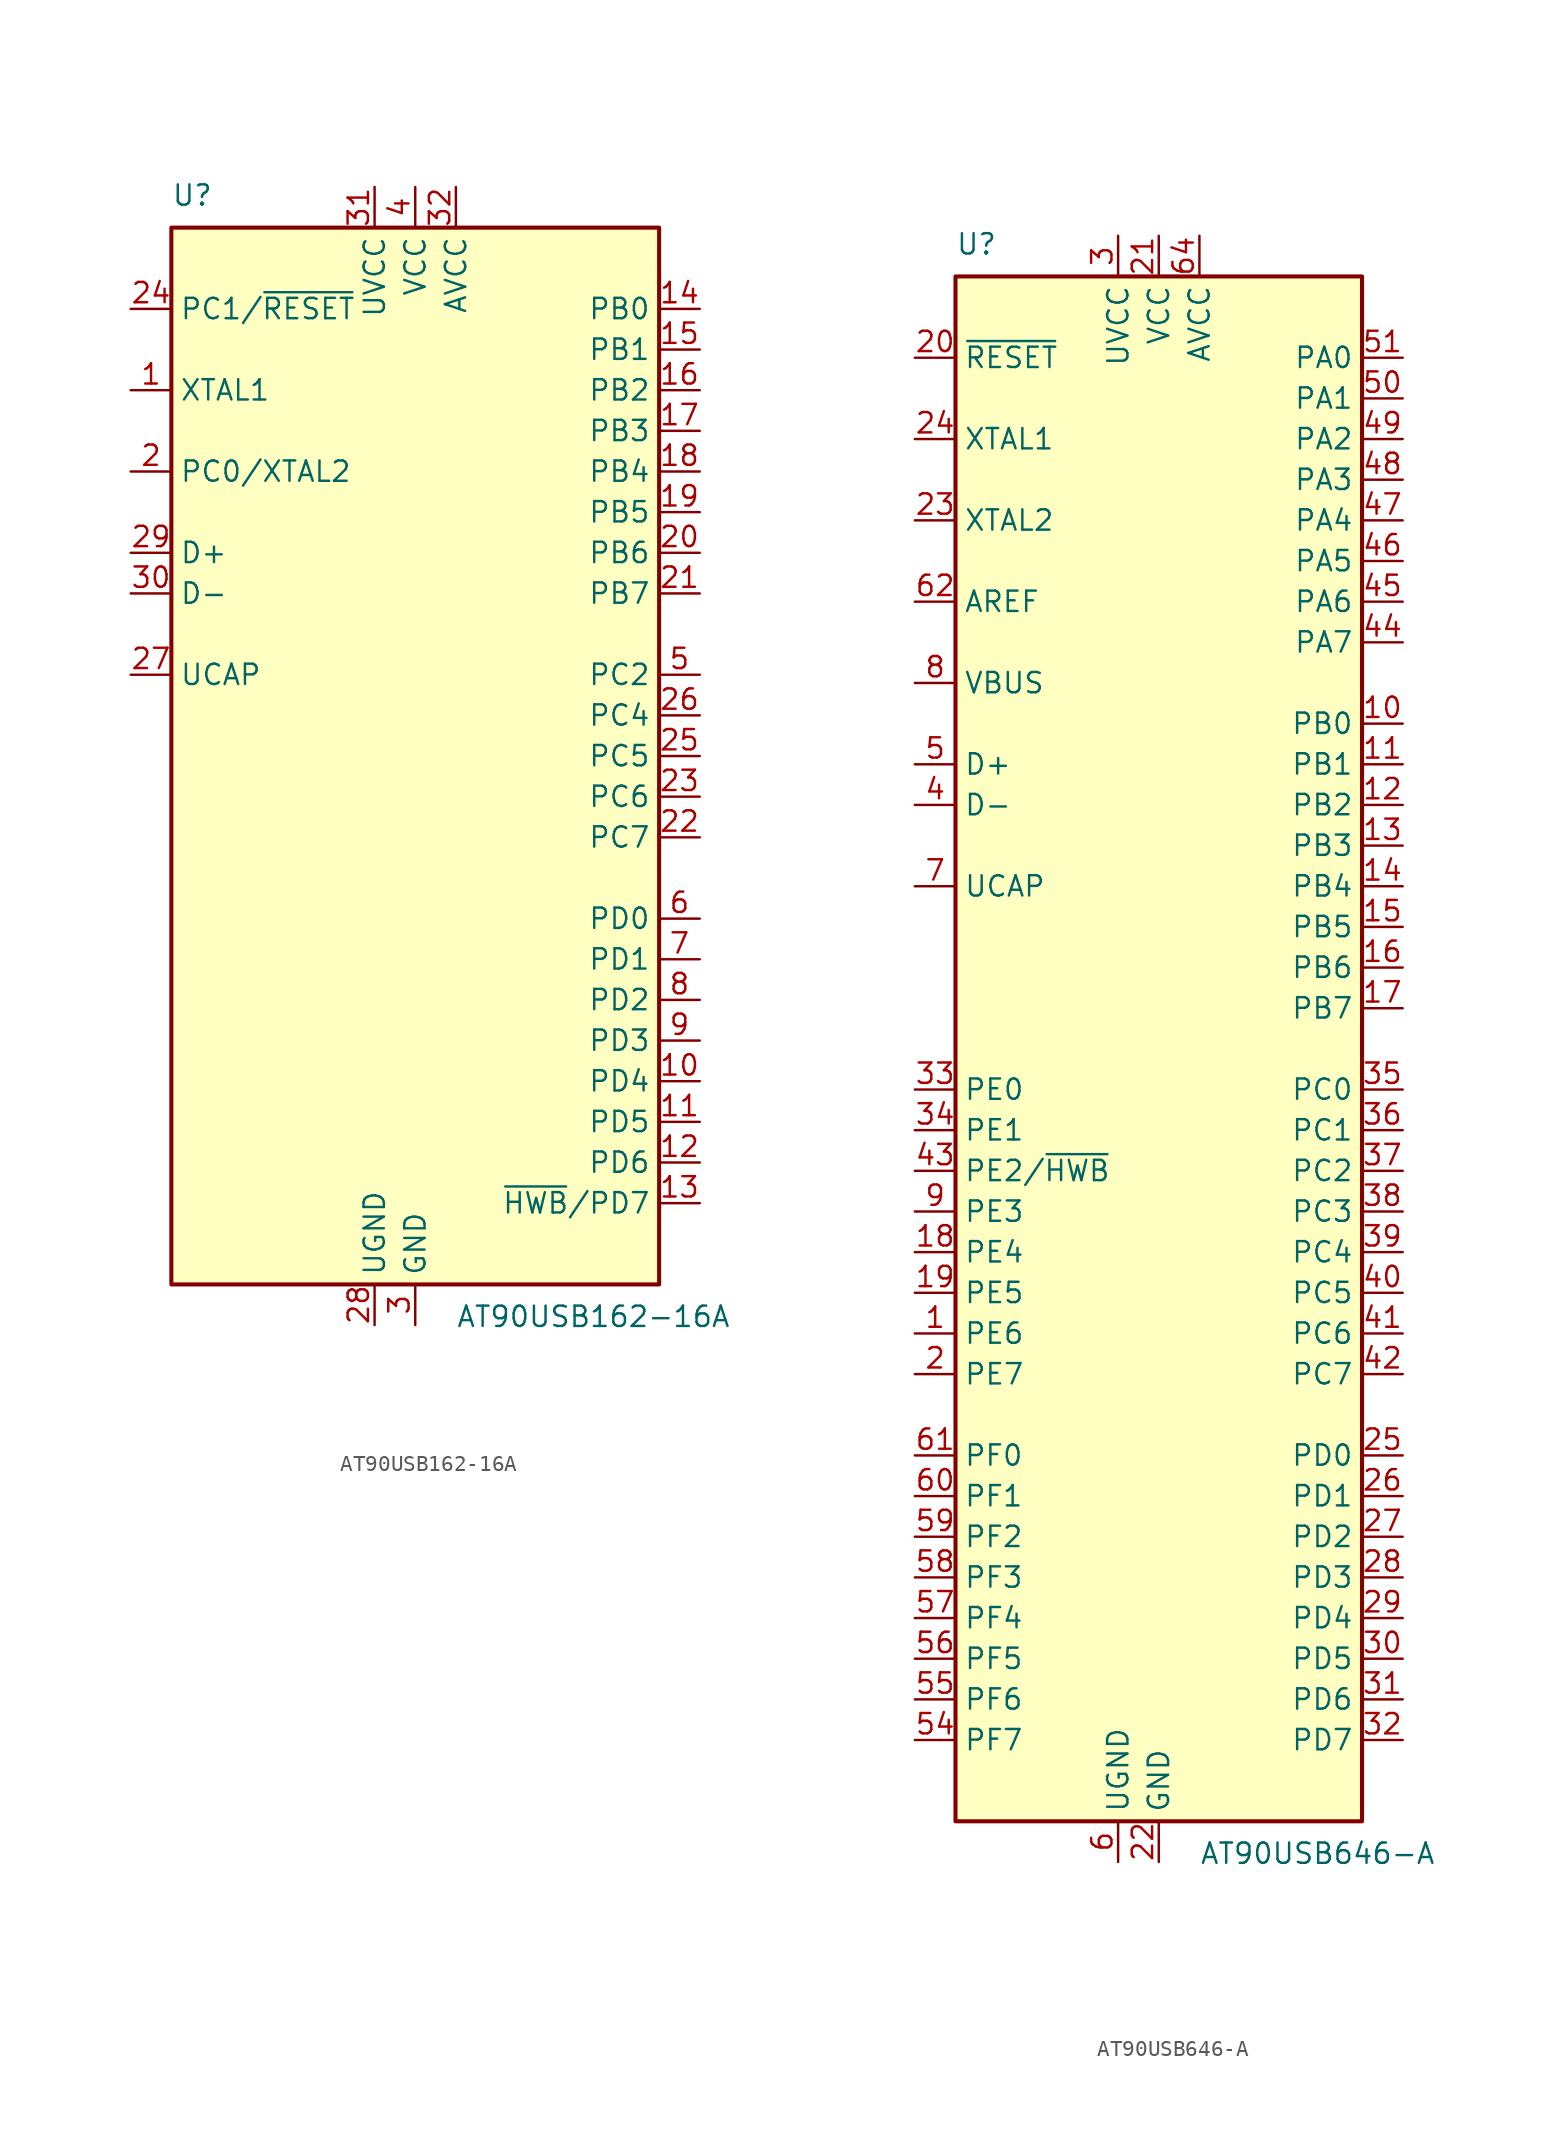
<source format=kicad_sym>
(kicad_symbol_lib
  (version 20231120)
  (generator "kicad_symbol_editor")
  (generator_version "8.0")
  (symbol "AT90USB162-16A"
    (property "Reference" "U"
      (at -15.24 34.29 0)
      (effects (font (size 1.27 1.27)) (justify left bottom)))
    (property "Value" "AT90USB162-16A"
      (at 2.54 -34.29 0)
      (effects (font (size 1.27 1.27)) (justify left top)))
    (symbol "AT90USB162-16A_0_1"
      (rectangle (start -15.24 -33.02) (end 15.24 33.02) (stroke (width 0.254) (type default)) (fill (type background))))
    (symbol "AT90USB162-16A_1_1"
      (pin input line (at -17.78 22.86 0) (length 2.54) (name "XTAL1" (effects (font (size 1.27 1.27)))) (number "1" (effects (font (size 1.27 1.27)))))
      (pin bidirectional line (at 17.78 -20.32 180) (length 2.54) (name "PD4" (effects (font (size 1.27 1.27)))) (number "10" (effects (font (size 1.27 1.27)))))
      (pin bidirectional line (at 17.78 -22.86 180) (length 2.54) (name "PD5" (effects (font (size 1.27 1.27)))) (number "11" (effects (font (size 1.27 1.27)))))
      (pin bidirectional line (at 17.78 -25.4 180) (length 2.54) (name "PD6" (effects (font (size 1.27 1.27)))) (number "12" (effects (font (size 1.27 1.27)))))
      (pin bidirectional line (at 17.78 -27.94 180) (length 2.54) (name "~{HWB}/PD7" (effects (font (size 1.27 1.27)))) (number "13" (effects (font (size 1.27 1.27)))))
      (pin bidirectional line (at 17.78 27.94 180) (length 2.54) (name "PB0" (effects (font (size 1.27 1.27)))) (number "14" (effects (font (size 1.27 1.27)))))
      (pin bidirectional line (at 17.78 25.4 180) (length 2.54) (name "PB1" (effects (font (size 1.27 1.27)))) (number "15" (effects (font (size 1.27 1.27)))))
      (pin bidirectional line (at 17.78 22.86 180) (length 2.54) (name "PB2" (effects (font (size 1.27 1.27)))) (number "16" (effects (font (size 1.27 1.27)))))
      (pin bidirectional line (at 17.78 20.32 180) (length 2.54) (name "PB3" (effects (font (size 1.27 1.27)))) (number "17" (effects (font (size 1.27 1.27)))))
      (pin bidirectional line (at 17.78 17.78 180) (length 2.54) (name "PB4" (effects (font (size 1.27 1.27)))) (number "18" (effects (font (size 1.27 1.27)))))
      (pin bidirectional line (at 17.78 15.24 180) (length 2.54) (name "PB5" (effects (font (size 1.27 1.27)))) (number "19" (effects (font (size 1.27 1.27)))))
      (pin bidirectional line (at -17.78 17.78 0) (length 2.54) (name "PC0/XTAL2" (effects (font (size 1.27 1.27)))) (number "2" (effects (font (size 1.27 1.27)))))
      (pin bidirectional line (at 17.78 12.7 180) (length 2.54) (name "PB6" (effects (font (size 1.27 1.27)))) (number "20" (effects (font (size 1.27 1.27)))))
      (pin bidirectional line (at 17.78 10.16 180) (length 2.54) (name "PB7" (effects (font (size 1.27 1.27)))) (number "21" (effects (font (size 1.27 1.27)))))
      (pin bidirectional line (at 17.78 -5.08 180) (length 2.54) (name "PC7" (effects (font (size 1.27 1.27)))) (number "22" (effects (font (size 1.27 1.27)))))
      (pin bidirectional line (at 17.78 -2.54 180) (length 2.54) (name "PC6" (effects (font (size 1.27 1.27)))) (number "23" (effects (font (size 1.27 1.27)))))
      (pin bidirectional line (at -17.78 27.94 0) (length 2.54) (name "PC1/~{RESET}" (effects (font (size 1.27 1.27)))) (number "24" (effects (font (size 1.27 1.27)))))
      (pin bidirectional line (at 17.78 0 180) (length 2.54) (name "PC5" (effects (font (size 1.27 1.27)))) (number "25" (effects (font (size 1.27 1.27)))))
      (pin bidirectional line (at 17.78 2.54 180) (length 2.54) (name "PC4" (effects (font (size 1.27 1.27)))) (number "26" (effects (font (size 1.27 1.27)))))
      (pin passive line (at -17.78 5.08 0) (length 2.54) (name "UCAP" (effects (font (size 1.27 1.27)))) (number "27" (effects (font (size 1.27 1.27)))))
      (pin power_in line (at -2.54 -35.56 90) (length 2.54) (name "UGND" (effects (font (size 1.27 1.27)))) (number "28" (effects (font (size 1.27 1.27)))))
      (pin bidirectional line (at -17.78 12.7 0) (length 2.54) (name "D+" (effects (font (size 1.27 1.27)))) (number "29" (effects (font (size 1.27 1.27)))))
      (pin power_in line (at 0 -35.56 90) (length 2.54) (name "GND" (effects (font (size 1.27 1.27)))) (number "3" (effects (font (size 1.27 1.27)))))
      (pin bidirectional line (at -17.78 10.16 0) (length 2.54) (name "D-" (effects (font (size 1.27 1.27)))) (number "30" (effects (font (size 1.27 1.27)))))
      (pin power_in line (at -2.54 35.56 270) (length 2.54) (name "UVCC" (effects (font (size 1.27 1.27)))) (number "31" (effects (font (size 1.27 1.27)))))
      (pin power_in line (at 2.54 35.56 270) (length 2.54) (name "AVCC" (effects (font (size 1.27 1.27)))) (number "32" (effects (font (size 1.27 1.27)))))
      (pin power_in line (at 0 35.56 270) (length 2.54) (name "VCC" (effects (font (size 1.27 1.27)))) (number "4" (effects (font (size 1.27 1.27)))))
      (pin bidirectional line (at 17.78 5.08 180) (length 2.54) (name "PC2" (effects (font (size 1.27 1.27)))) (number "5" (effects (font (size 1.27 1.27)))))
      (pin bidirectional line (at 17.78 -10.16 180) (length 2.54) (name "PD0" (effects (font (size 1.27 1.27)))) (number "6" (effects (font (size 1.27 1.27)))))
      (pin bidirectional line (at 17.78 -12.7 180) (length 2.54) (name "PD1" (effects (font (size 1.27 1.27)))) (number "7" (effects (font (size 1.27 1.27)))))
      (pin bidirectional line (at 17.78 -15.24 180) (length 2.54) (name "PD2" (effects (font (size 1.27 1.27)))) (number "8" (effects (font (size 1.27 1.27)))))
      (pin bidirectional line (at 17.78 -17.78 180) (length 2.54) (name "PD3" (effects (font (size 1.27 1.27)))) (number "9" (effects (font (size 1.27 1.27)))))))
  (symbol "AT90USB646-A"
    (property "Reference" "U"
      (at -12.7 49.53 0)
      (effects (font (size 1.27 1.27)) (justify left bottom)))
    (property "Value" "AT90USB646-A"
      (at 2.54 -49.53 0)
      (effects (font (size 1.27 1.27)) (justify left top)))
    (symbol "AT90USB646-A_0_1"
      (rectangle (start -12.7 -48.26) (end 12.7 48.26) (stroke (width 0.254) (type default)) (fill (type background))))
    (symbol "AT90USB646-A_1_1"
      (pin bidirectional line (at -15.24 -17.78 0) (length 2.54) (name "PE6" (effects (font (size 1.27 1.27)))) (number "1" (effects (font (size 1.27 1.27)))))
      (pin bidirectional line (at 15.24 20.32 180) (length 2.54) (name "PB0" (effects (font (size 1.27 1.27)))) (number "10" (effects (font (size 1.27 1.27)))))
      (pin bidirectional line (at 15.24 17.78 180) (length 2.54) (name "PB1" (effects (font (size 1.27 1.27)))) (number "11" (effects (font (size 1.27 1.27)))))
      (pin bidirectional line (at 15.24 15.24 180) (length 2.54) (name "PB2" (effects (font (size 1.27 1.27)))) (number "12" (effects (font (size 1.27 1.27)))))
      (pin bidirectional line (at 15.24 12.7 180) (length 2.54) (name "PB3" (effects (font (size 1.27 1.27)))) (number "13" (effects (font (size 1.27 1.27)))))
      (pin bidirectional line (at 15.24 10.16 180) (length 2.54) (name "PB4" (effects (font (size 1.27 1.27)))) (number "14" (effects (font (size 1.27 1.27)))))
      (pin bidirectional line (at 15.24 7.62 180) (length 2.54) (name "PB5" (effects (font (size 1.27 1.27)))) (number "15" (effects (font (size 1.27 1.27)))))
      (pin bidirectional line (at 15.24 5.08 180) (length 2.54) (name "PB6" (effects (font (size 1.27 1.27)))) (number "16" (effects (font (size 1.27 1.27)))))
      (pin bidirectional line (at 15.24 2.54 180) (length 2.54) (name "PB7" (effects (font (size 1.27 1.27)))) (number "17" (effects (font (size 1.27 1.27)))))
      (pin bidirectional line (at -15.24 -12.7 0) (length 2.54) (name "PE4" (effects (font (size 1.27 1.27)))) (number "18" (effects (font (size 1.27 1.27)))))
      (pin bidirectional line (at -15.24 -15.24 0) (length 2.54) (name "PE5" (effects (font (size 1.27 1.27)))) (number "19" (effects (font (size 1.27 1.27)))))
      (pin bidirectional line (at -15.24 -20.32 0) (length 2.54) (name "PE7" (effects (font (size 1.27 1.27)))) (number "2" (effects (font (size 1.27 1.27)))))
      (pin input line (at -15.24 43.18 0) (length 2.54) (name "~{RESET}" (effects (font (size 1.27 1.27)))) (number "20" (effects (font (size 1.27 1.27)))))
      (pin power_in line (at 0 50.8 270) (length 2.54) (name "VCC" (effects (font (size 1.27 1.27)))) (number "21" (effects (font (size 1.27 1.27)))))
      (pin power_in line (at 0 -50.8 90) (length 2.54) (name "GND" (effects (font (size 1.27 1.27)))) (number "22" (effects (font (size 1.27 1.27)))))
      (pin output line (at -15.24 33.02 0) (length 2.54) (name "XTAL2" (effects (font (size 1.27 1.27)))) (number "23" (effects (font (size 1.27 1.27)))))
      (pin input line (at -15.24 38.1 0) (length 2.54) (name "XTAL1" (effects (font (size 1.27 1.27)))) (number "24" (effects (font (size 1.27 1.27)))))
      (pin bidirectional line (at 15.24 -25.4 180) (length 2.54) (name "PD0" (effects (font (size 1.27 1.27)))) (number "25" (effects (font (size 1.27 1.27)))))
      (pin bidirectional line (at 15.24 -27.94 180) (length 2.54) (name "PD1" (effects (font (size 1.27 1.27)))) (number "26" (effects (font (size 1.27 1.27)))))
      (pin bidirectional line (at 15.24 -30.48 180) (length 2.54) (name "PD2" (effects (font (size 1.27 1.27)))) (number "27" (effects (font (size 1.27 1.27)))))
      (pin bidirectional line (at 15.24 -33.02 180) (length 2.54) (name "PD3" (effects (font (size 1.27 1.27)))) (number "28" (effects (font (size 1.27 1.27)))))
      (pin bidirectional line (at 15.24 -35.56 180) (length 2.54) (name "PD4" (effects (font (size 1.27 1.27)))) (number "29" (effects (font (size 1.27 1.27)))))
      (pin power_in line (at -2.54 50.8 270) (length 2.54) (name "UVCC" (effects (font (size 1.27 1.27)))) (number "3" (effects (font (size 1.27 1.27)))))
      (pin bidirectional line (at 15.24 -38.1 180) (length 2.54) (name "PD5" (effects (font (size 1.27 1.27)))) (number "30" (effects (font (size 1.27 1.27)))))
      (pin bidirectional line (at 15.24 -40.64 180) (length 2.54) (name "PD6" (effects (font (size 1.27 1.27)))) (number "31" (effects (font (size 1.27 1.27)))))
      (pin bidirectional line (at 15.24 -43.18 180) (length 2.54) (name "PD7" (effects (font (size 1.27 1.27)))) (number "32" (effects (font (size 1.27 1.27)))))
      (pin bidirectional line (at -15.24 -2.54 0) (length 2.54) (name "PE0" (effects (font (size 1.27 1.27)))) (number "33" (effects (font (size 1.27 1.27)))))
      (pin bidirectional line (at -15.24 -5.08 0) (length 2.54) (name "PE1" (effects (font (size 1.27 1.27)))) (number "34" (effects (font (size 1.27 1.27)))))
      (pin bidirectional line (at 15.24 -2.54 180) (length 2.54) (name "PC0" (effects (font (size 1.27 1.27)))) (number "35" (effects (font (size 1.27 1.27)))))
      (pin bidirectional line (at 15.24 -5.08 180) (length 2.54) (name "PC1" (effects (font (size 1.27 1.27)))) (number "36" (effects (font (size 1.27 1.27)))))
      (pin bidirectional line (at 15.24 -7.62 180) (length 2.54) (name "PC2" (effects (font (size 1.27 1.27)))) (number "37" (effects (font (size 1.27 1.27)))))
      (pin bidirectional line (at 15.24 -10.16 180) (length 2.54) (name "PC3" (effects (font (size 1.27 1.27)))) (number "38" (effects (font (size 1.27 1.27)))))
      (pin bidirectional line (at 15.24 -12.7 180) (length 2.54) (name "PC4" (effects (font (size 1.27 1.27)))) (number "39" (effects (font (size 1.27 1.27)))))
      (pin bidirectional line (at -15.24 15.24 0) (length 2.54) (name "D-" (effects (font (size 1.27 1.27)))) (number "4" (effects (font (size 1.27 1.27)))))
      (pin bidirectional line (at 15.24 -15.24 180) (length 2.54) (name "PC5" (effects (font (size 1.27 1.27)))) (number "40" (effects (font (size 1.27 1.27)))))
      (pin bidirectional line (at 15.24 -17.78 180) (length 2.54) (name "PC6" (effects (font (size 1.27 1.27)))) (number "41" (effects (font (size 1.27 1.27)))))
      (pin bidirectional line (at 15.24 -20.32 180) (length 2.54) (name "PC7" (effects (font (size 1.27 1.27)))) (number "42" (effects (font (size 1.27 1.27)))))
      (pin bidirectional line (at -15.24 -7.62 0) (length 2.54) (name "PE2/~{HWB}" (effects (font (size 1.27 1.27)))) (number "43" (effects (font (size 1.27 1.27)))))
      (pin bidirectional line (at 15.24 25.4 180) (length 2.54) (name "PA7" (effects (font (size 1.27 1.27)))) (number "44" (effects (font (size 1.27 1.27)))))
      (pin bidirectional line (at 15.24 27.94 180) (length 2.54) (name "PA6" (effects (font (size 1.27 1.27)))) (number "45" (effects (font (size 1.27 1.27)))))
      (pin bidirectional line (at 15.24 30.48 180) (length 2.54) (name "PA5" (effects (font (size 1.27 1.27)))) (number "46" (effects (font (size 1.27 1.27)))))
      (pin bidirectional line (at 15.24 33.02 180) (length 2.54) (name "PA4" (effects (font (size 1.27 1.27)))) (number "47" (effects (font (size 1.27 1.27)))))
      (pin bidirectional line (at 15.24 35.56 180) (length 2.54) (name "PA3" (effects (font (size 1.27 1.27)))) (number "48" (effects (font (size 1.27 1.27)))))
      (pin bidirectional line (at 15.24 38.1 180) (length 2.54) (name "PA2" (effects (font (size 1.27 1.27)))) (number "49" (effects (font (size 1.27 1.27)))))
      (pin bidirectional line (at -15.24 17.78 0) (length 2.54) (name "D+" (effects (font (size 1.27 1.27)))) (number "5" (effects (font (size 1.27 1.27)))))
      (pin bidirectional line (at 15.24 40.64 180) (length 2.54) (name "PA1" (effects (font (size 1.27 1.27)))) (number "50" (effects (font (size 1.27 1.27)))))
      (pin bidirectional line (at 15.24 43.18 180) (length 2.54) (name "PA0" (effects (font (size 1.27 1.27)))) (number "51" (effects (font (size 1.27 1.27)))))
      (pin passive line (at 0 50.8 270) (length 2.54) hide (name "VCC" (effects (font (size 1.27 1.27)))) (number "52" (effects (font (size 1.27 1.27)))))
      (pin passive line (at 0 -50.8 90) (length 2.54) hide (name "GND" (effects (font (size 1.27 1.27)))) (number "53" (effects (font (size 1.27 1.27)))))
      (pin bidirectional line (at -15.24 -43.18 0) (length 2.54) (name "PF7" (effects (font (size 1.27 1.27)))) (number "54" (effects (font (size 1.27 1.27)))))
      (pin bidirectional line (at -15.24 -40.64 0) (length 2.54) (name "PF6" (effects (font (size 1.27 1.27)))) (number "55" (effects (font (size 1.27 1.27)))))
      (pin bidirectional line (at -15.24 -38.1 0) (length 2.54) (name "PF5" (effects (font (size 1.27 1.27)))) (number "56" (effects (font (size 1.27 1.27)))))
      (pin bidirectional line (at -15.24 -35.56 0) (length 2.54) (name "PF4" (effects (font (size 1.27 1.27)))) (number "57" (effects (font (size 1.27 1.27)))))
      (pin bidirectional line (at -15.24 -33.02 0) (length 2.54) (name "PF3" (effects (font (size 1.27 1.27)))) (number "58" (effects (font (size 1.27 1.27)))))
      (pin bidirectional line (at -15.24 -30.48 0) (length 2.54) (name "PF2" (effects (font (size 1.27 1.27)))) (number "59" (effects (font (size 1.27 1.27)))))
      (pin power_in line (at -2.54 -50.8 90) (length 2.54) (name "UGND" (effects (font (size 1.27 1.27)))) (number "6" (effects (font (size 1.27 1.27)))))
      (pin bidirectional line (at -15.24 -27.94 0) (length 2.54) (name "PF1" (effects (font (size 1.27 1.27)))) (number "60" (effects (font (size 1.27 1.27)))))
      (pin bidirectional line (at -15.24 -25.4 0) (length 2.54) (name "PF0" (effects (font (size 1.27 1.27)))) (number "61" (effects (font (size 1.27 1.27)))))
      (pin passive line (at -15.24 27.94 0) (length 2.54) (name "AREF" (effects (font (size 1.27 1.27)))) (number "62" (effects (font (size 1.27 1.27)))))
      (pin passive line (at 0 -50.8 90) (length 2.54) hide (name "GND" (effects (font (size 1.27 1.27)))) (number "63" (effects (font (size 1.27 1.27)))))
      (pin power_in line (at 2.54 50.8 270) (length 2.54) (name "AVCC" (effects (font (size 1.27 1.27)))) (number "64" (effects (font (size 1.27 1.27)))))
      (pin passive line (at -15.24 10.16 0) (length 2.54) (name "UCAP" (effects (font (size 1.27 1.27)))) (number "7" (effects (font (size 1.27 1.27)))))
      (pin input line (at -15.24 22.86 0) (length 2.54) (name "VBUS" (effects (font (size 1.27 1.27)))) (number "8" (effects (font (size 1.27 1.27)))))
      (pin bidirectional line (at -15.24 -10.16 0) (length 2.54) (name "PE3" (effects (font (size 1.27 1.27)))) (number "9" (effects (font (size 1.27 1.27))))))))
</source>
